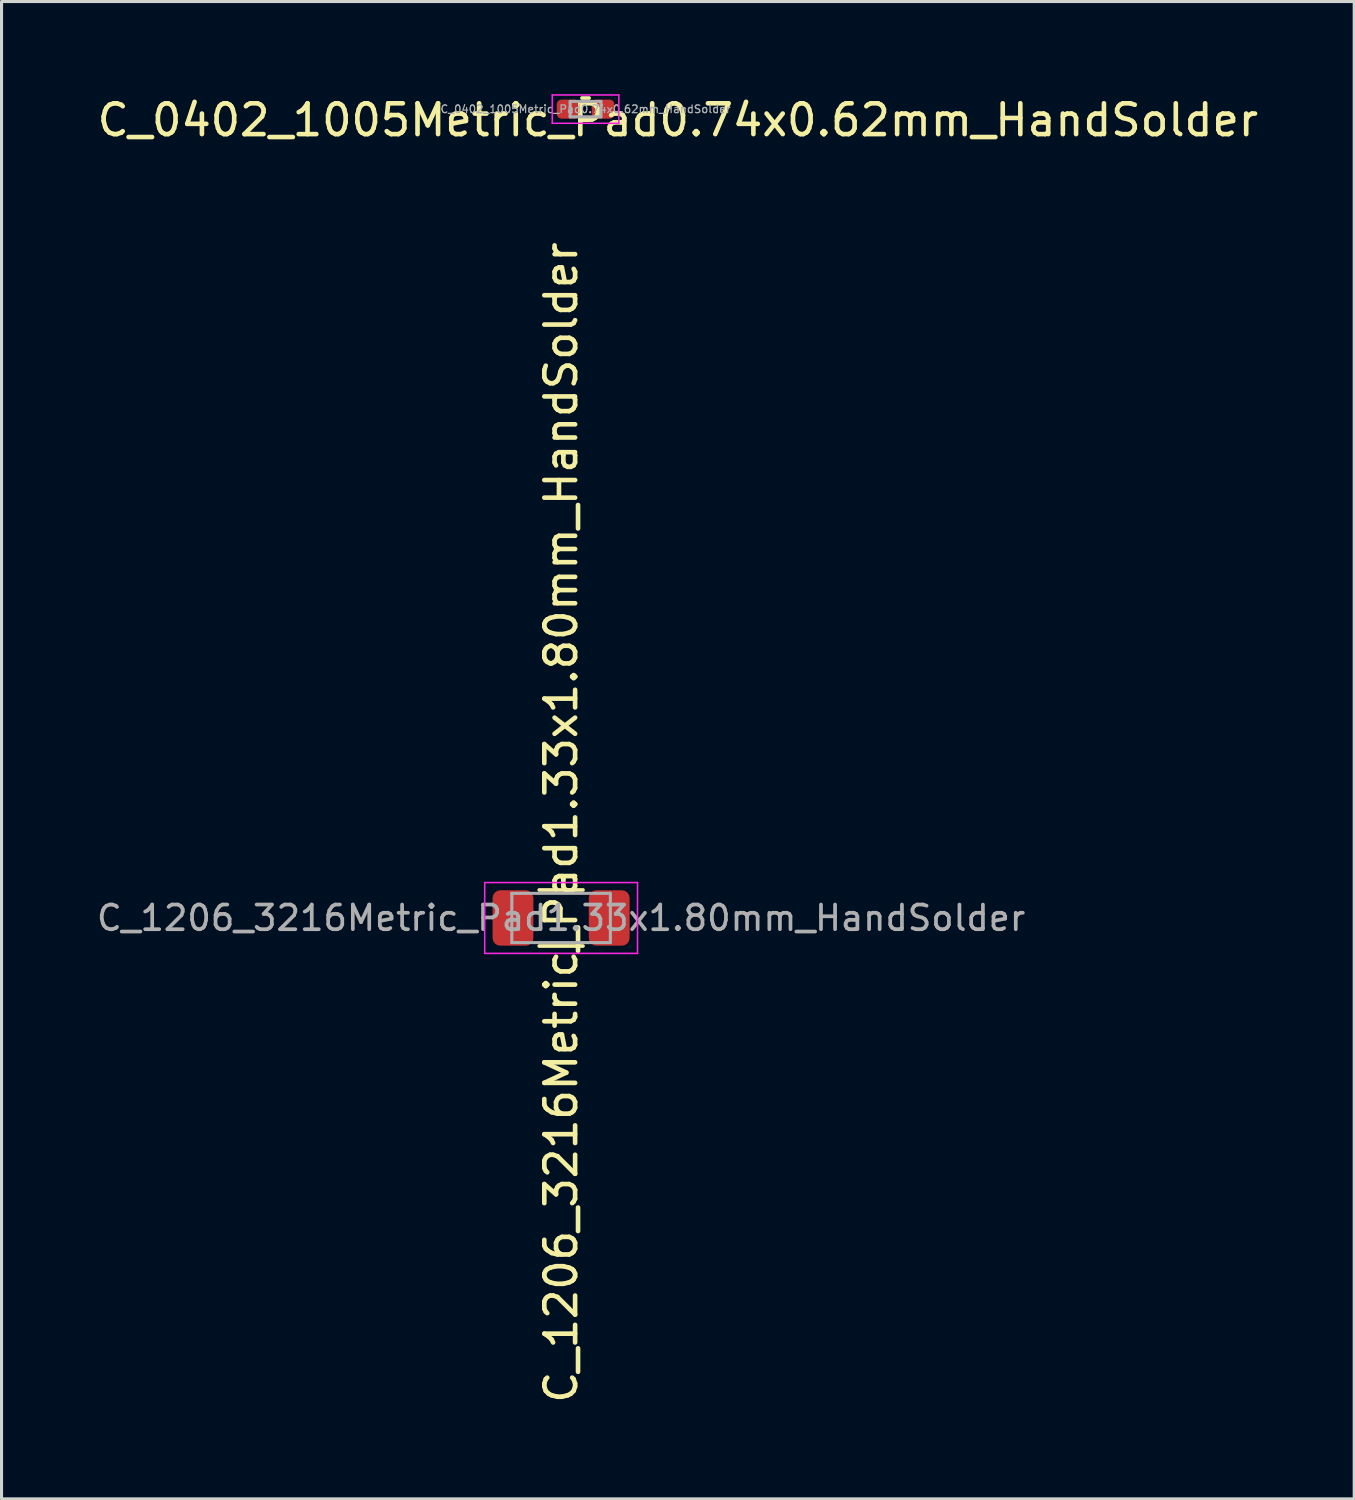
<source format=kicad_pcb>
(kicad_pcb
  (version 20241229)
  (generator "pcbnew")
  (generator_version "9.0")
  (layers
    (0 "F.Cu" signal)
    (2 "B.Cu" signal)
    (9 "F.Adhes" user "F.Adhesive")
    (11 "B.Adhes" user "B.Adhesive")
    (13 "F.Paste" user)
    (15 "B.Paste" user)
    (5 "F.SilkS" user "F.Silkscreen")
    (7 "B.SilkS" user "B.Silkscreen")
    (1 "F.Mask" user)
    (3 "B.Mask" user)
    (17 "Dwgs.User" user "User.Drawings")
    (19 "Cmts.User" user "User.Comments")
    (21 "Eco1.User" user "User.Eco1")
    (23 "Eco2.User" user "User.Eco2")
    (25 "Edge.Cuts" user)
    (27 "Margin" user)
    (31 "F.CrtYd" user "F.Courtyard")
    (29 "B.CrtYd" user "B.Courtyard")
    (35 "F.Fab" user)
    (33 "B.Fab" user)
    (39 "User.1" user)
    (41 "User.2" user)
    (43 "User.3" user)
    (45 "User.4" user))
  (footprint "C_0402_1005Metric_Pad0.74x0.62mm_HandSolder"
    (layer "F.Cu")
    (at 15.961 0.493)
    (property "Reference" "C_0402_1005Metric_Pad0.74x0.62mm_HandSolder" (at 2.997 0.356 0) (layer "F.SilkS") (effects (font (size 1 1) (thickness 0.15))))
    (attr smd)
    (fp_line (start -0.116 -0.36) (end 0.116 -0.36) (stroke (width 0.12) (type solid)) (layer "F.SilkS"))
    (fp_line (start -0.116 0.36) (end 0.116 0.36) (stroke (width 0.12) (type solid)) (layer "F.SilkS"))
    (fp_line (start -1.08 -0.46) (end 1.08 -0.46) (stroke (width 0.05) (type solid)) (layer "F.CrtYd"))
    (fp_line (start -1.08 0.46) (end -1.08 -0.46) (stroke (width 0.05) (type solid)) (layer "F.CrtYd"))
    (fp_line (start 1.08 -0.46) (end 1.08 0.46) (stroke (width 0.05) (type solid)) (layer "F.CrtYd"))
    (fp_line (start 1.08 0.46) (end -1.08 0.46) (stroke (width 0.05) (type solid)) (layer "F.CrtYd"))
    (fp_line (start -0.5 -0.25) (end 0.5 -0.25) (stroke (width 0.1) (type solid)) (layer "F.Fab"))
    (fp_line (start -0.5 0.25) (end -0.5 -0.25) (stroke (width 0.1) (type solid)) (layer "F.Fab"))
    (fp_line (start 0.5 -0.25) (end 0.5 0.25) (stroke (width 0.1) (type solid)) (layer "F.Fab"))
    (fp_line (start 0.5 0.25) (end -0.5 0.25) (stroke (width 0.1) (type solid)) (layer "F.Fab"))
    (fp_text user "${REFERENCE}" (at 0 0 0) (layer "F.Fab") (effects (font (size 0.25 0.25) (thickness 0.04))))
    (pad "1" smd roundrect (at -0.568 0) (size 0.735 0.62) (layers "F.Cu" "F.Mask" "F.Paste") (roundrect_rratio 0.25))
    (pad "2" smd roundrect (at 0.568 0) (size 0.735 0.62) (layers "F.Cu" "F.Mask" "F.Paste") (roundrect_rratio 0.25)))
  (footprint "C_1206_3216Metric_Pad1.33x1.80mm_HandSolder"
    (layer "F.Cu")
    (at 15.167 26.754)
    (property "Reference" "C_1206_3216Metric_Pad1.33x1.80mm_HandSolder" (at 0 -3.099 90) (layer "F.SilkS") (effects (font (size 1 1) (thickness 0.15))))
    (attr smd)
    (fp_line (start -0.711 -0.91) (end 0.711 -0.91) (stroke (width 0.12) (type solid)) (layer "F.SilkS"))
    (fp_line (start -0.711 0.91) (end 0.711 0.91) (stroke (width 0.12) (type solid)) (layer "F.SilkS"))
    (fp_line (start -2.48 -1.15) (end 2.48 -1.15) (stroke (width 0.05) (type solid)) (layer "F.CrtYd"))
    (fp_line (start -2.48 1.15) (end -2.48 -1.15) (stroke (width 0.05) (type solid)) (layer "F.CrtYd"))
    (fp_line (start 2.48 -1.15) (end 2.48 1.15) (stroke (width 0.05) (type solid)) (layer "F.CrtYd"))
    (fp_line (start 2.48 1.15) (end -2.48 1.15) (stroke (width 0.05) (type solid)) (layer "F.CrtYd"))
    (fp_line (start -1.6 -0.8) (end 1.6 -0.8) (stroke (width 0.1) (type solid)) (layer "F.Fab"))
    (fp_line (start -1.6 0.8) (end -1.6 -0.8) (stroke (width 0.1) (type solid)) (layer "F.Fab"))
    (fp_line (start 1.6 -0.8) (end 1.6 0.8) (stroke (width 0.1) (type solid)) (layer "F.Fab"))
    (fp_line (start 1.6 0.8) (end -1.6 0.8) (stroke (width 0.1) (type solid)) (layer "F.Fab"))
    (fp_text user "${REFERENCE}" (at 0 0 0) (layer "F.Fab") (effects (font (size 0.8 0.8) (thickness 0.12))))
    (pad "1" smd roundrect (at -1.562 0) (size 1.325 1.8) (layers "F.Cu" "F.Mask" "F.Paste") (roundrect_rratio 0.189))
    (pad "2" smd roundrect (at 1.562 0) (size 1.325 1.8) (layers "F.Cu" "F.Mask" "F.Paste") (roundrect_rratio 0.189)))
  (gr_rect
    (start -3 -3)
    (end 40.917 45.613)
    (stroke (width 0.1) (type default))
    (fill no)
    (layer "Edge.Cuts")))
</source>
